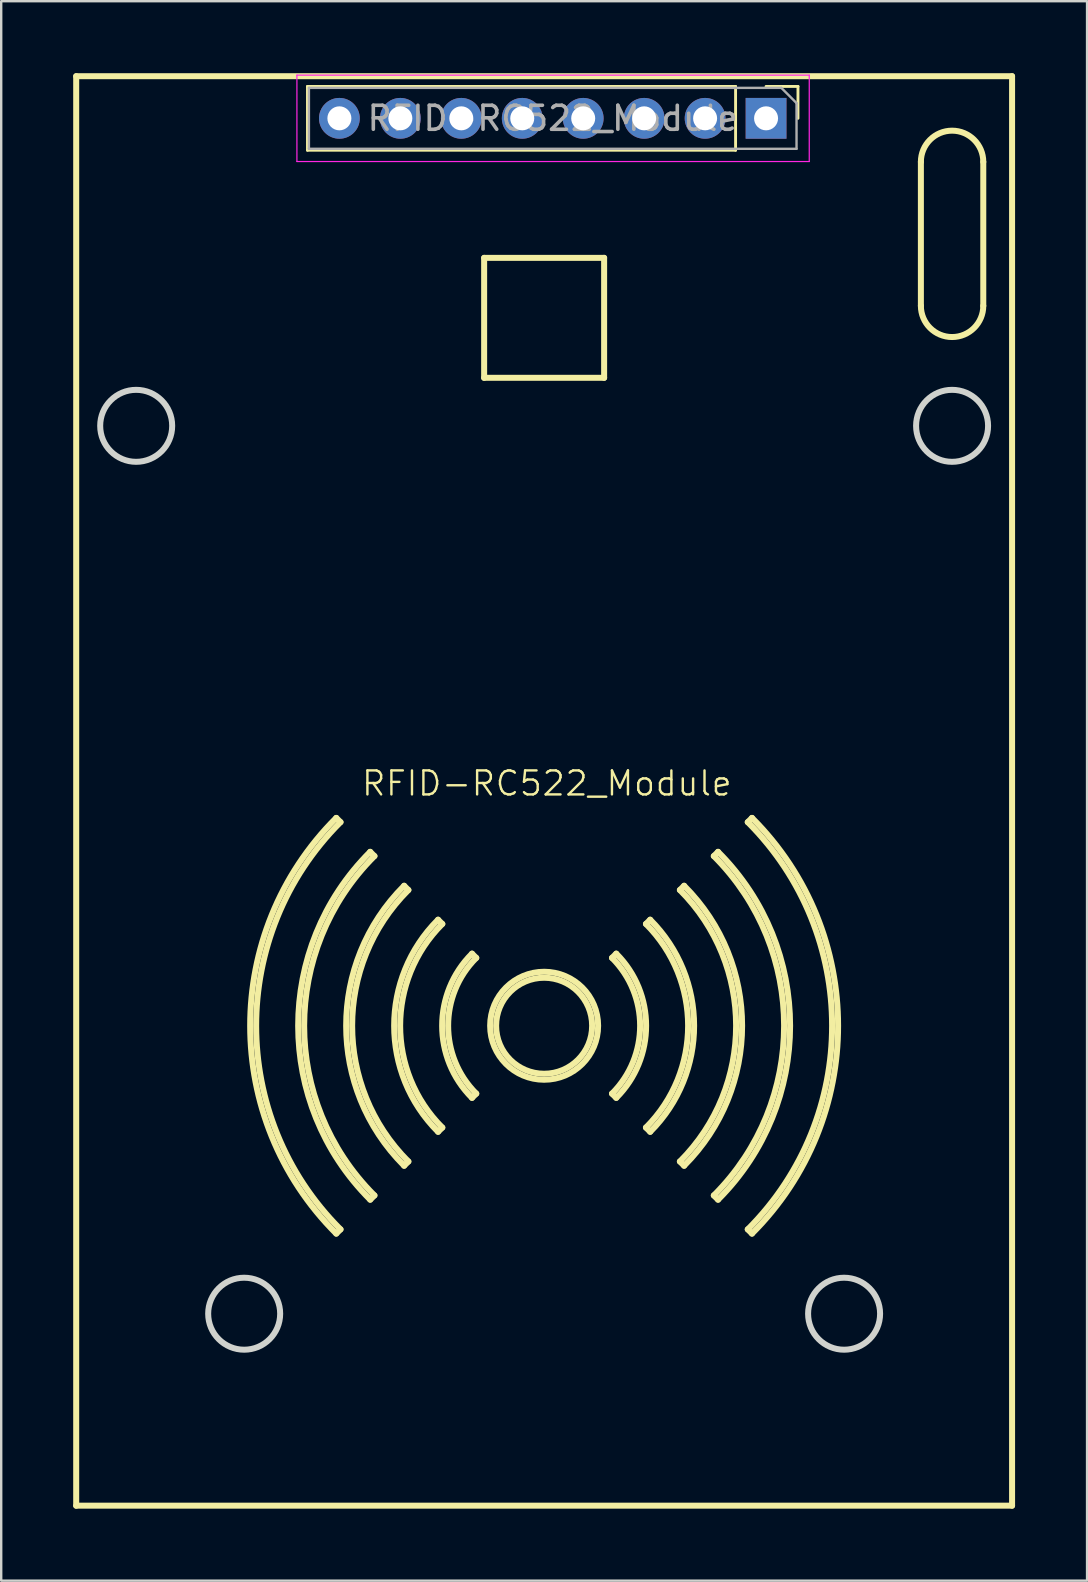
<source format=kicad_pcb>
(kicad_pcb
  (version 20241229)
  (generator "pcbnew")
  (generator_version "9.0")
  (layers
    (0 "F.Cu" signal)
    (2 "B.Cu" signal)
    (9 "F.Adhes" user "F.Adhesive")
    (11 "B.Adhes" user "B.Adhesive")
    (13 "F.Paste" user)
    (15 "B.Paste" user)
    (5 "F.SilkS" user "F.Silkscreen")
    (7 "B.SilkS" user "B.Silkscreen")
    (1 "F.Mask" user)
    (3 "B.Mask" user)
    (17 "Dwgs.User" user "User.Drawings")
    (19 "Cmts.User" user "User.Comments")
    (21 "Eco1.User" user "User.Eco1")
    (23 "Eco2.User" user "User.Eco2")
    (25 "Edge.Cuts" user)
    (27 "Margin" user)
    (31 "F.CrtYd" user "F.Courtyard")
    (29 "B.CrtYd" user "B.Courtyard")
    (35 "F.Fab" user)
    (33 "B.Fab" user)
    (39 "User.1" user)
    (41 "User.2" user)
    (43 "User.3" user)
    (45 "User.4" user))
  (footprint "RFID-RC522_Module"
    (layer "F.Cu")
    (at 19.737 30.097)
    (property "Reference" "RFID-RC522_Module" (at 0 -0.5 0) (unlocked yes) (layer "F.SilkS") (effects (font (size 1 1) (thickness 0.1))))
    (attr through_hole)
    (fp_line (start -19.612 -29.972) (end -19.612 29.598) (stroke (width 0.25) (type solid)) (layer "F.SilkS"))
    (fp_line (start -19.612 29.598) (end 19.388 29.598) (stroke (width 0.25) (type solid)) (layer "F.SilkS"))
    (fp_line (start -9.974 -29.546) (end -9.974 -26.886) (stroke (width 0.12) (type solid)) (layer "F.SilkS"))
    (fp_line (start -8.774 0.936) (end -8.597 1.113) (stroke (width 0.25) (type solid)) (layer "F.SilkS"))
    (fp_line (start -8.597 18.083) (end -8.774 18.26) (stroke (width 0.25) (type solid)) (layer "F.SilkS"))
    (fp_line (start -7.36 2.35) (end -7.183 2.527) (stroke (width 0.25) (type solid)) (layer "F.SilkS"))
    (fp_line (start -7.183 16.669) (end -7.36 16.846) (stroke (width 0.25) (type solid)) (layer "F.SilkS"))
    (fp_line (start -5.946 3.764) (end -5.769 3.941) (stroke (width 0.25) (type solid)) (layer "F.SilkS"))
    (fp_line (start -5.769 15.255) (end -5.946 15.432) (stroke (width 0.25) (type solid)) (layer "F.SilkS"))
    (fp_line (start -4.531 5.179) (end -4.355 5.355) (stroke (width 0.25) (type solid)) (layer "F.SilkS"))
    (fp_line (start -4.355 13.841) (end -4.531 14.017) (stroke (width 0.25) (type solid)) (layer "F.SilkS"))
    (fp_line (start -3.117 6.593) (end -2.94 6.77) (stroke (width 0.25) (type solid)) (layer "F.SilkS"))
    (fp_line (start -2.94 12.426) (end -3.117 12.603) (stroke (width 0.25) (type solid)) (layer "F.SilkS"))
    (fp_line (start -2.612 -22.402) (end -2.612 -17.402) (stroke (width 0.25) (type solid)) (layer "F.SilkS"))
    (fp_line (start -2.612 -17.402) (end 2.388 -17.402) (stroke (width 0.25) (type solid)) (layer "F.SilkS"))
    (fp_line (start 2.388 -22.402) (end -2.612 -22.402) (stroke (width 0.25) (type solid)) (layer "F.SilkS"))
    (fp_line (start 2.388 -17.402) (end 2.388 -22.402) (stroke (width 0.25) (type solid)) (layer "F.SilkS"))
    (fp_line (start 2.716 6.77) (end 2.893 6.593) (stroke (width 0.25) (type solid)) (layer "F.SilkS"))
    (fp_line (start 2.893 12.603) (end 2.716 12.426) (stroke (width 0.25) (type solid)) (layer "F.SilkS"))
    (fp_line (start 4.131 5.355) (end 4.307 5.179) (stroke (width 0.25) (type solid)) (layer "F.SilkS"))
    (fp_line (start 4.307 14.017) (end 4.131 13.841) (stroke (width 0.25) (type solid)) (layer "F.SilkS"))
    (fp_line (start 5.545 3.941) (end 5.722 3.764) (stroke (width 0.25) (type solid)) (layer "F.SilkS"))
    (fp_line (start 5.722 15.432) (end 5.545 15.255) (stroke (width 0.25) (type solid)) (layer "F.SilkS"))
    (fp_line (start 6.959 2.527) (end 7.136 2.35) (stroke (width 0.25) (type solid)) (layer "F.SilkS"))
    (fp_line (start 7.136 16.846) (end 6.959 16.669) (stroke (width 0.25) (type solid)) (layer "F.SilkS"))
    (fp_line (start 7.866 -29.546) (end -9.974 -29.546) (stroke (width 0.12) (type solid)) (layer "F.SilkS"))
    (fp_line (start 7.866 -29.546) (end 7.866 -26.886) (stroke (width 0.12) (type solid)) (layer "F.SilkS"))
    (fp_line (start 7.866 -26.886) (end -9.974 -26.886) (stroke (width 0.12) (type solid)) (layer "F.SilkS"))
    (fp_line (start 8.373 1.113) (end 8.55 0.936) (stroke (width 0.25) (type solid)) (layer "F.SilkS"))
    (fp_line (start 8.55 18.26) (end 8.373 18.083) (stroke (width 0.25) (type solid)) (layer "F.SilkS"))
    (fp_line (start 9.136 -29.546) (end 10.466 -29.546) (stroke (width 0.12) (type solid)) (layer "F.SilkS"))
    (fp_line (start 10.466 -29.546) (end 10.466 -28.216) (stroke (width 0.12) (type solid)) (layer "F.SilkS"))
    (fp_line (start 15.588 -26.402) (end 15.588 -20.402) (stroke (width 0.25) (type solid)) (layer "F.SilkS"))
    (fp_line (start 18.188 -20.402) (end 18.188 -26.402) (stroke (width 0.25) (type solid)) (layer "F.SilkS"))
    (fp_line (start 19.388 -29.972) (end -19.612 -29.972) (stroke (width 0.25) (type solid)) (layer "F.SilkS"))
    (fp_line (start 19.388 29.598) (end 19.388 -29.972) (stroke (width 0.25) (type solid)) (layer "F.SilkS"))
    (fp_arc (start -8.774058 18.260058) (mid -12.362 9.598) (end -8.774058 0.935942) (stroke (width 0.25) (type solid)) (layer "F.SilkS"))
    (fp_arc (start -8.597281 18.083281) (mid -12.112 9.598) (end -8.597281 1.112719) (stroke (width 0.25) (type solid)) (layer "F.SilkS"))
    (fp_arc (start -7.359845 16.845845) (mid -10.362001 9.598) (end -7.359845 2.350155) (stroke (width 0.25) (type solid)) (layer "F.SilkS"))
    (fp_arc (start -7.183068 16.669068) (mid -10.112 9.598) (end -7.183068 2.526932) (stroke (width 0.25) (type solid)) (layer "F.SilkS"))
    (fp_arc (start -5.945631 15.431631) (mid -8.362 9.598) (end -5.945631 3.764369) (stroke (width 0.25) (type solid)) (layer "F.SilkS"))
    (fp_arc (start -5.768854 15.254854) (mid -8.112 9.598) (end -5.768854 3.941146) (stroke (width 0.25) (type solid)) (layer "F.SilkS"))
    (fp_arc (start -4.531417 14.017417) (mid -6.362 9.598) (end -4.531417 5.178583) (stroke (width 0.25) (type solid)) (layer "F.SilkS"))
    (fp_arc (start -4.354641 13.840641) (mid -6.112 9.598) (end -4.354641 5.355359) (stroke (width 0.25) (type solid)) (layer "F.SilkS"))
    (fp_arc (start -3.117204 12.603204) (mid -4.362 9.598) (end -3.117204 6.592796) (stroke (width 0.25) (type solid)) (layer "F.SilkS"))
    (fp_arc (start -2.940427 12.426427) (mid -4.112 9.598) (end -2.940427 6.769573) (stroke (width 0.25) (type solid)) (layer "F.SilkS"))
    (fp_arc (start 2.716427 6.769573) (mid 3.888 9.598) (end 2.716427 12.426427) (stroke (width 0.25) (type solid)) (layer "F.SilkS"))
    (fp_arc (start 2.893204 6.592796) (mid 4.138 9.598) (end 2.893204 12.603204) (stroke (width 0.25) (type solid)) (layer "F.SilkS"))
    (fp_arc (start 4.130641 5.355359) (mid 5.888 9.598) (end 4.130641 13.840641) (stroke (width 0.25) (type solid)) (layer "F.SilkS"))
    (fp_arc (start 4.307417 5.178583) (mid 6.137999 9.598) (end 4.307417 14.017417) (stroke (width 0.25) (type solid)) (layer "F.SilkS"))
    (fp_arc (start 5.544854 3.941146) (mid 7.888 9.598) (end 5.544854 15.254854) (stroke (width 0.25) (type solid)) (layer "F.SilkS"))
    (fp_arc (start 5.721631 3.764369) (mid 8.138 9.598) (end 5.721631 15.431631) (stroke (width 0.25) (type solid)) (layer "F.SilkS"))
    (fp_arc (start 6.959068 2.526932) (mid 9.888 9.598) (end 6.959068 16.669068) (stroke (width 0.25) (type solid)) (layer "F.SilkS"))
    (fp_arc (start 7.135845 2.350155) (mid 10.138 9.598) (end 7.135845 16.845845) (stroke (width 0.25) (type solid)) (layer "F.SilkS"))
    (fp_arc (start 8.373281 1.112719) (mid 11.887999 9.598) (end 8.373281 18.083281) (stroke (width 0.25) (type solid)) (layer "F.SilkS"))
    (fp_arc (start 8.550058 0.935942) (mid 12.138 9.598) (end 8.550058 18.260058) (stroke (width 0.25) (type solid)) (layer "F.SilkS"))
    (fp_arc (start 15.588 -26.402) (mid 16.888 -27.702) (end 18.188 -26.402) (stroke (width 0.25) (type solid)) (layer "F.SilkS"))
    (fp_arc (start 18.188 -20.402) (mid 16.888 -19.102) (end 15.588 -20.402) (stroke (width 0.25) (type solid)) (layer "F.SilkS"))
    (fp_circle (center -0.112 9.598) (end 1.888 9.598) (stroke (width 0.25) (type solid)) (fill no) (layer "F.SilkS"))
    (fp_circle (center -0.112 9.598) (end 2.138 9.598) (stroke (width 0.25) (type solid)) (fill no) (layer "F.SilkS"))
    (fp_circle (center -17.112 -15.402) (end -15.612 -15.402) (stroke (width 0.25) (type solid)) (fill no) (layer "Edge.Cuts"))
    (fp_circle (center -12.612 21.598) (end -11.112 21.598) (stroke (width 0.25) (type solid)) (fill no) (layer "Edge.Cuts"))
    (fp_circle (center 12.388 21.598) (end 13.888 21.598) (stroke (width 0.25) (type solid)) (fill no) (layer "Edge.Cuts"))
    (fp_circle (center 16.888 -15.402) (end 18.388 -15.402) (stroke (width 0.25) (type solid)) (fill no) (layer "Edge.Cuts"))
    (fp_line (start -10.414 -30.016) (end -10.414 -26.416) (stroke (width 0.05) (type solid)) (layer "F.CrtYd"))
    (fp_line (start -10.414 -26.416) (end 10.936 -26.416) (stroke (width 0.05) (type solid)) (layer "F.CrtYd"))
    (fp_line (start 10.936 -30.016) (end -10.414 -30.016) (stroke (width 0.05) (type solid)) (layer "F.CrtYd"))
    (fp_line (start 10.936 -26.416) (end 10.936 -30.016) (stroke (width 0.05) (type solid)) (layer "F.CrtYd"))
    (fp_line (start -9.914 -29.486) (end 9.771 -29.486) (stroke (width 0.1) (type solid)) (layer "F.Fab"))
    (fp_line (start -9.914 -26.946) (end -9.914 -29.486) (stroke (width 0.1) (type solid)) (layer "F.Fab"))
    (fp_line (start 9.771 -29.486) (end 10.406 -28.851) (stroke (width 0.1) (type solid)) (layer "F.Fab"))
    (fp_line (start 10.406 -28.851) (end 10.406 -26.946) (stroke (width 0.1) (type solid)) (layer "F.Fab"))
    (fp_line (start 10.406 -26.946) (end -9.914 -26.946) (stroke (width 0.1) (type solid)) (layer "F.Fab"))
    (fp_text user "${REFERENCE}" (at 0.246 -28.216 0) (layer "F.Fab") (effects (font (size 1 1) (thickness 0.15))))
    (pad "1" thru_hole rect (at 9.136 -28.216 270) (size 1.7 1.7) (drill 1) (layers "*.Cu" "*.Mask"))
    (pad "2" thru_hole oval (at 6.596 -28.216 270) (size 1.7 1.7) (drill 1) (layers "*.Cu" "*.Mask"))
    (pad "3" thru_hole oval (at 4.056 -28.216 270) (size 1.7 1.7) (drill 1) (layers "*.Cu" "*.Mask"))
    (pad "4" thru_hole oval (at 1.516 -28.216 270) (size 1.7 1.7) (drill 1) (layers "*.Cu" "*.Mask"))
    (pad "5" thru_hole oval (at -1.024 -28.216 270) (size 1.7 1.7) (drill 1) (layers "*.Cu" "*.Mask"))
    (pad "6" thru_hole oval (at -3.564 -28.216 270) (size 1.7 1.7) (drill 1) (layers "*.Cu" "*.Mask"))
    (pad "7" thru_hole oval (at -6.104 -28.216 270) (size 1.7 1.7) (drill 1) (layers "*.Cu" "*.Mask"))
    (pad "8" thru_hole oval (at -8.644 -28.216 270) (size 1.7 1.7) (drill 1) (layers "*.Cu" "*.Mask")))
  (gr_rect
    (start -3 -3)
    (end 42.25 62.82)
    (stroke (width 0.1) (type default))
    (fill no)
    (layer "Edge.Cuts")))
</source>
